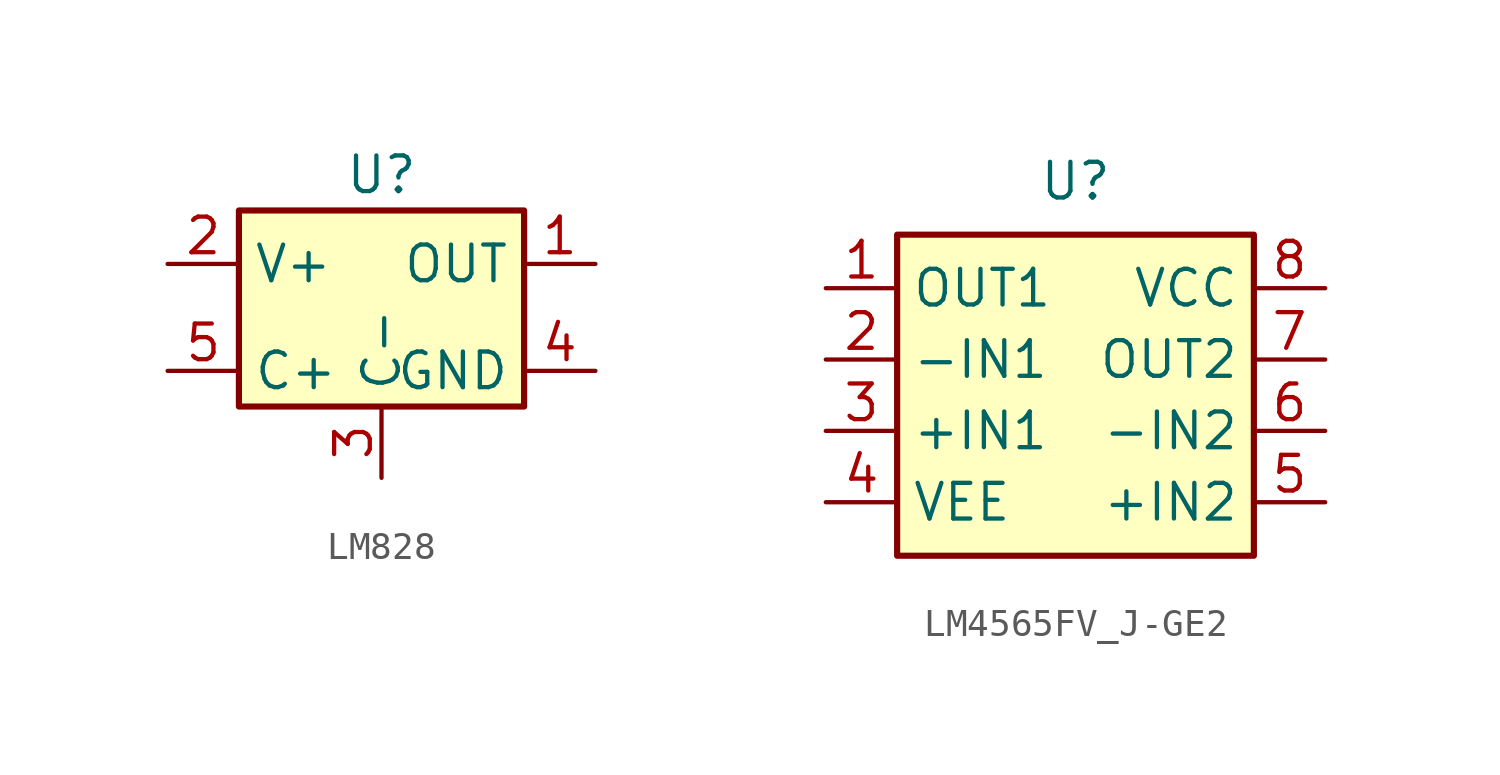
<source format=kicad_sym>
(kicad_symbol_lib
  (version 20220914)
  (generator kicad_symbol_editor)
  (symbol "LM828"
    (property "Reference" "U"
      (at 0 3.175 0)
      (effects (font (size 1.27 1.27))))
    (property "Value" ""
      (at 0 3.175 0)
      (effects (font (size 1.27 1.27))))
    (symbol "LM828_1_1"
      (rectangle (start -5.08 1.905) (end 5.08 -5.08) (stroke (width 0.22) (type default)) (fill (type background)))
      (pin input line (at 7.62 0 180) (length 2.54) (name "OUT" (effects (font (size 1.27 1.27)))) (number "1" (effects (font (size 1.27 1.27)))))
      (pin input line (at -7.62 0 0) (length 2.54) (name "V+" (effects (font (size 1.27 1.27)))) (number "2" (effects (font (size 1.27 1.27)))))
      (pin input line (at 0 -7.62 90) (length 2.54) (name "C-" (effects (font (size 1.27 1.27)))) (number "3" (effects (font (size 1.27 1.27)))))
      (pin input line (at 7.62 -3.81 180) (length 2.54) (name "GND" (effects (font (size 1.27 1.27)))) (number "4" (effects (font (size 1.27 1.27)))))
      (pin input line (at -7.62 -3.81 0) (length 2.54) (name "C+" (effects (font (size 1.27 1.27)))) (number "5" (effects (font (size 1.27 1.27)))))))
  (symbol "LM4565FV_J-GE2"
    (property "Reference" "U"
      (at 0 7.62 0)
      (effects (font (size 1.27 1.27))))
    (property "Value" ""
      (at 0 0 0)
      (effects (font (size 1.27 1.27))))
    (symbol "LM4565FV_J-GE2_1_1"
      (rectangle (start -6.35 5.715) (end 6.35 -5.715) (stroke (width 0.22) (type default)) (fill (type background)))
      (pin input line (at -8.89 3.81 0) (length 2.54) (name "OUT1" (effects (font (size 1.27 1.27)))) (number "1" (effects (font (size 1.27 1.27)))))
      (pin input line (at -8.89 1.27 0) (length 2.54) (name "-IN1" (effects (font (size 1.27 1.27)))) (number "2" (effects (font (size 1.27 1.27)))))
      (pin input line (at -8.89 -1.27 0) (length 2.54) (name "+IN1" (effects (font (size 1.27 1.27)))) (number "3" (effects (font (size 1.27 1.27)))))
      (pin input line (at -8.89 -3.81 0) (length 2.54) (name "VEE" (effects (font (size 1.27 1.27)))) (number "4" (effects (font (size 1.27 1.27)))))
      (pin input line (at 8.89 -3.81 180) (length 2.54) (name "+IN2" (effects (font (size 1.27 1.27)))) (number "5" (effects (font (size 1.27 1.27)))))
      (pin input line (at 8.89 -1.27 180) (length 2.54) (name "-IN2" (effects (font (size 1.27 1.27)))) (number "6" (effects (font (size 1.27 1.27)))))
      (pin input line (at 8.89 1.27 180) (length 2.54) (name "OUT2" (effects (font (size 1.27 1.27)))) (number "7" (effects (font (size 1.27 1.27)))))
      (pin input line (at 8.89 3.81 180) (length 2.54) (name "VCC" (effects (font (size 1.27 1.27)))) (number "8" (effects (font (size 1.27 1.27))))))))
</source>
